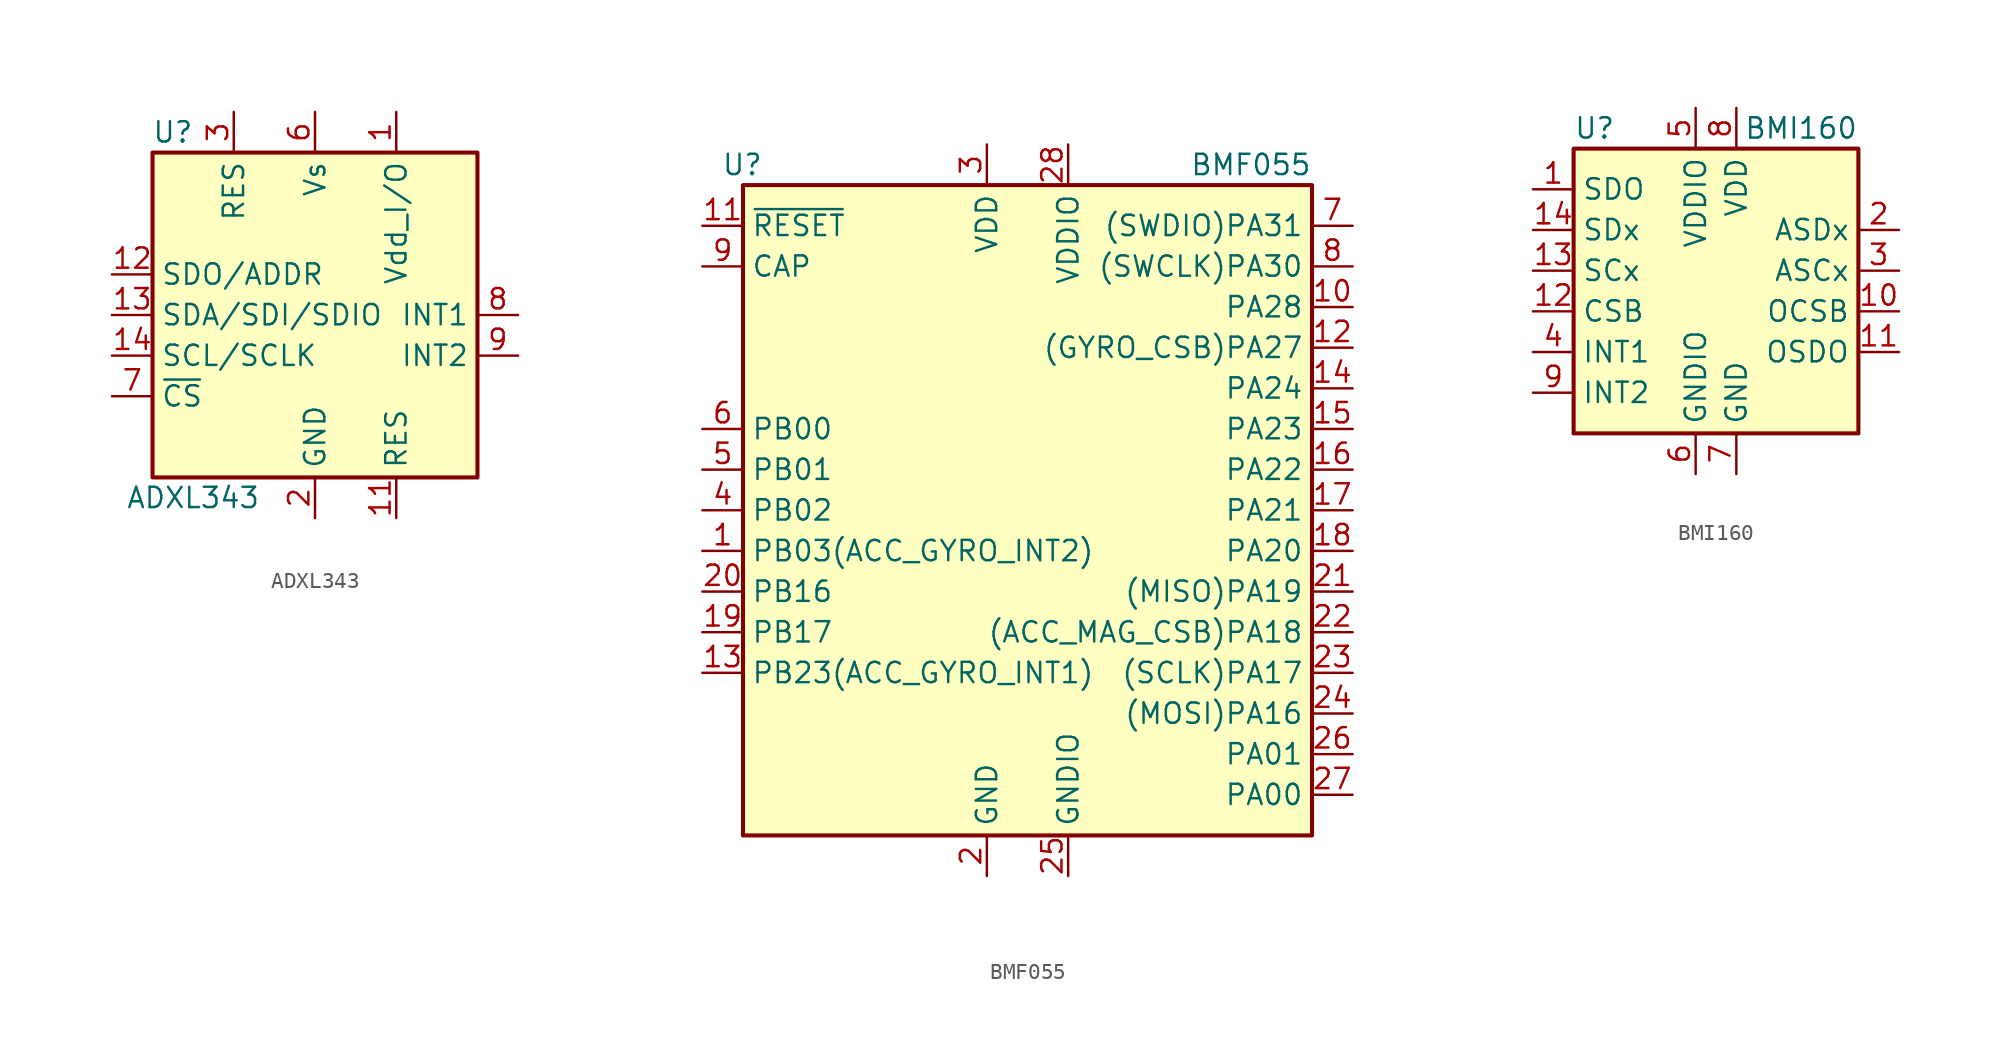
<source format=kicad_sym>
(kicad_symbol_lib
  (version 20201005)
  (generator kicad_symbol_editor)
  (symbol "Sensor_Motion:ADXL343"
    (property "Reference" "U"
      (at -8.89 11.43 0)
      (effects (font (size 1.27 1.27))))
    (property "Value" "ADXL343"
      (at -7.62 -11.43 0)
      (effects (font (size 1.27 1.27))))
    (symbol "ADXL343_0_1"
      (rectangle (start -10.16 10.16) (end 10.16 -10.16) (stroke (width 0.254)) (fill (type background))))
    (symbol "ADXL343_1_1"
      (pin power_in line (at 5.08 12.7 270) (length 2.54) (name "Vdd_I/O" (effects (font (size 1.27 1.27)))) (number "1" (effects (font (size 1.27 1.27)))))
      (pin no_connect line (at -5.08 -10.16 90) (length 2.54) hide (name "NC" (effects (font (size 1.27 1.27)))) (number "10" (effects (font (size 1.27 1.27)))))
      (pin passive line (at 5.08 -12.7 90) (length 2.54) (name "RES" (effects (font (size 1.27 1.27)))) (number "11" (effects (font (size 1.27 1.27)))))
      (pin bidirectional line (at -12.7 2.54 0) (length 2.54) (name "SDO/ADDR" (effects (font (size 1.27 1.27)))) (number "12" (effects (font (size 1.27 1.27)))))
      (pin bidirectional line (at -12.7 0 0) (length 2.54) (name "SDA/SDI/SDIO" (effects (font (size 1.27 1.27)))) (number "13" (effects (font (size 1.27 1.27)))))
      (pin input line (at -12.7 -2.54 0) (length 2.54) (name "SCL/SCLK" (effects (font (size 1.27 1.27)))) (number "14" (effects (font (size 1.27 1.27)))))
      (pin power_in line (at 0 -12.7 90) (length 2.54) (name "GND" (effects (font (size 1.27 1.27)))) (number "2" (effects (font (size 1.27 1.27)))))
      (pin passive line (at -5.08 12.7 270) (length 2.54) (name "RES" (effects (font (size 1.27 1.27)))) (number "3" (effects (font (size 1.27 1.27)))))
      (pin passive line (at 0 -12.7 90) (length 2.54) hide (name "GND" (effects (font (size 1.27 1.27)))) (number "4" (effects (font (size 1.27 1.27)))))
      (pin passive line (at 0 -12.7 90) (length 2.54) hide (name "GND" (effects (font (size 1.27 1.27)))) (number "5" (effects (font (size 1.27 1.27)))))
      (pin power_in line (at 0 12.7 270) (length 2.54) (name "Vs" (effects (font (size 1.27 1.27)))) (number "6" (effects (font (size 1.27 1.27)))))
      (pin input line (at -12.7 -5.08 0) (length 2.54) (name "~CS" (effects (font (size 1.27 1.27)))) (number "7" (effects (font (size 1.27 1.27)))))
      (pin output line (at 12.7 0 180) (length 2.54) (name "INT1" (effects (font (size 1.27 1.27)))) (number "8" (effects (font (size 1.27 1.27)))))
      (pin output line (at 12.7 -2.54 180) (length 2.54) (name "INT2" (effects (font (size 1.27 1.27)))) (number "9" (effects (font (size 1.27 1.27)))))))
  (symbol "Sensor_Motion:BMF055"
    (property "Reference" "U"
      (at -16.51 21.59 0)
      (effects (font (size 1.27 1.27)) (justify right)))
    (property "Value" "BMF055"
      (at 17.78 21.59 0)
      (effects (font (size 1.27 1.27)) (justify right)))
    (symbol "BMF055_0_1"
      (rectangle (start -17.78 20.32) (end 17.78 -20.32) (stroke (width 0.254)) (fill (type background))))
    (symbol "BMF055_1_1"
      (pin bidirectional line (at -20.32 -2.54 0) (length 2.54) (name "PB03(ACC_GYRO_INT2)" (effects (font (size 1.27 1.27)))) (number "1" (effects (font (size 1.27 1.27)))))
      (pin bidirectional line (at 20.32 12.7 180) (length 2.54) (name "PA28" (effects (font (size 1.27 1.27)))) (number "10" (effects (font (size 1.27 1.27)))))
      (pin input line (at -20.32 17.78 0) (length 2.54) (name "~RESET" (effects (font (size 1.27 1.27)))) (number "11" (effects (font (size 1.27 1.27)))))
      (pin bidirectional line (at 20.32 10.16 180) (length 2.54) (name "(GYRO_CSB)PA27" (effects (font (size 1.27 1.27)))) (number "12" (effects (font (size 1.27 1.27)))))
      (pin bidirectional line (at -20.32 -10.16 0) (length 2.54) (name "PB23(ACC_GYRO_INT1)" (effects (font (size 1.27 1.27)))) (number "13" (effects (font (size 1.27 1.27)))))
      (pin input line (at 20.32 7.62 180) (length 2.54) (name "PA24" (effects (font (size 1.27 1.27)))) (number "14" (effects (font (size 1.27 1.27)))))
      (pin bidirectional line (at 20.32 5.08 180) (length 2.54) (name "PA23" (effects (font (size 1.27 1.27)))) (number "15" (effects (font (size 1.27 1.27)))))
      (pin bidirectional line (at 20.32 2.54 180) (length 2.54) (name "PA22" (effects (font (size 1.27 1.27)))) (number "16" (effects (font (size 1.27 1.27)))))
      (pin bidirectional line (at 20.32 0 180) (length 2.54) (name "PA21" (effects (font (size 1.27 1.27)))) (number "17" (effects (font (size 1.27 1.27)))))
      (pin bidirectional line (at 20.32 -2.54 180) (length 2.54) (name "PA20" (effects (font (size 1.27 1.27)))) (number "18" (effects (font (size 1.27 1.27)))))
      (pin bidirectional line (at -20.32 -7.62 0) (length 2.54) (name "PB17" (effects (font (size 1.27 1.27)))) (number "19" (effects (font (size 1.27 1.27)))))
      (pin power_in line (at -2.54 -22.86 90) (length 2.54) (name "GND" (effects (font (size 1.27 1.27)))) (number "2" (effects (font (size 1.27 1.27)))))
      (pin bidirectional line (at -20.32 -5.08 0) (length 2.54) (name "PB16" (effects (font (size 1.27 1.27)))) (number "20" (effects (font (size 1.27 1.27)))))
      (pin bidirectional line (at 20.32 -5.08 180) (length 2.54) (name "(MISO)PA19" (effects (font (size 1.27 1.27)))) (number "21" (effects (font (size 1.27 1.27)))))
      (pin bidirectional line (at 20.32 -7.62 180) (length 2.54) (name "(ACC_MAG_CSB)PA18" (effects (font (size 1.27 1.27)))) (number "22" (effects (font (size 1.27 1.27)))))
      (pin bidirectional line (at 20.32 -10.16 180) (length 2.54) (name "(SCLK)PA17" (effects (font (size 1.27 1.27)))) (number "23" (effects (font (size 1.27 1.27)))))
      (pin bidirectional line (at 20.32 -12.7 180) (length 2.54) (name "(MOSI)PA16" (effects (font (size 1.27 1.27)))) (number "24" (effects (font (size 1.27 1.27)))))
      (pin power_in line (at 2.54 -22.86 90) (length 2.54) (name "GNDIO" (effects (font (size 1.27 1.27)))) (number "25" (effects (font (size 1.27 1.27)))))
      (pin bidirectional line (at 20.32 -15.24 180) (length 2.54) (name "PA01" (effects (font (size 1.27 1.27)))) (number "26" (effects (font (size 1.27 1.27)))))
      (pin bidirectional line (at 20.32 -17.78 180) (length 2.54) (name "PA00" (effects (font (size 1.27 1.27)))) (number "27" (effects (font (size 1.27 1.27)))))
      (pin power_in line (at 2.54 22.86 270) (length 2.54) (name "VDDIO" (effects (font (size 1.27 1.27)))) (number "28" (effects (font (size 1.27 1.27)))))
      (pin power_in line (at -2.54 22.86 270) (length 2.54) (name "VDD" (effects (font (size 1.27 1.27)))) (number "3" (effects (font (size 1.27 1.27)))))
      (pin bidirectional line (at -20.32 0 0) (length 2.54) (name "PB02" (effects (font (size 1.27 1.27)))) (number "4" (effects (font (size 1.27 1.27)))))
      (pin bidirectional line (at -20.32 2.54 0) (length 2.54) (name "PB01" (effects (font (size 1.27 1.27)))) (number "5" (effects (font (size 1.27 1.27)))))
      (pin bidirectional line (at -20.32 5.08 0) (length 2.54) (name "PB00" (effects (font (size 1.27 1.27)))) (number "6" (effects (font (size 1.27 1.27)))))
      (pin bidirectional line (at 20.32 17.78 180) (length 2.54) (name "(SWDIO)PA31" (effects (font (size 1.27 1.27)))) (number "7" (effects (font (size 1.27 1.27)))))
      (pin bidirectional line (at 20.32 15.24 180) (length 2.54) (name "(SWCLK)PA30" (effects (font (size 1.27 1.27)))) (number "8" (effects (font (size 1.27 1.27)))))
      (pin bidirectional line (at -20.32 15.24 0) (length 2.54) (name "CAP" (effects (font (size 1.27 1.27)))) (number "9" (effects (font (size 1.27 1.27)))))))
  (symbol "Sensor_Motion:BMI160"
    (property "Reference" "U"
      (at -10.16 8.89 0)
      (effects (font (size 1.27 1.27)) (justify left)))
    (property "Value" "BMI160"
      (at 7.62 8.89 0)
      (effects (font (size 1.27 1.27)) (justify right)))
    (symbol "BMI160_1_1"
      (rectangle (start -10.16 7.62) (end 7.62 -10.16) (stroke (width 0.254)) (fill (type background)))
      (pin bidirectional line (at -12.7 5.08 0) (length 2.54) (name "SDO" (effects (font (size 1.27 1.27)))) (number "1" (effects (font (size 1.27 1.27)))))
      (pin bidirectional line (at 10.16 -2.54 180) (length 2.54) (name "OCSB" (effects (font (size 1.27 1.27)))) (number "10" (effects (font (size 1.27 1.27)))))
      (pin bidirectional line (at 10.16 -5.08 180) (length 2.54) (name "OSDO" (effects (font (size 1.27 1.27)))) (number "11" (effects (font (size 1.27 1.27)))))
      (pin input line (at -12.7 -2.54 0) (length 2.54) (name "CSB" (effects (font (size 1.27 1.27)))) (number "12" (effects (font (size 1.27 1.27)))))
      (pin input line (at -12.7 0 0) (length 2.54) (name "SCx" (effects (font (size 1.27 1.27)))) (number "13" (effects (font (size 1.27 1.27)))))
      (pin bidirectional line (at -12.7 2.54 0) (length 2.54) (name "SDx" (effects (font (size 1.27 1.27)))) (number "14" (effects (font (size 1.27 1.27)))))
      (pin bidirectional line (at 10.16 2.54 180) (length 2.54) (name "ASDx" (effects (font (size 1.27 1.27)))) (number "2" (effects (font (size 1.27 1.27)))))
      (pin output line (at 10.16 0 180) (length 2.54) (name "ASCx" (effects (font (size 1.27 1.27)))) (number "3" (effects (font (size 1.27 1.27)))))
      (pin bidirectional line (at -12.7 -5.08 0) (length 2.54) (name "INT1" (effects (font (size 1.27 1.27)))) (number "4" (effects (font (size 1.27 1.27)))))
      (pin power_in line (at -2.54 10.16 270) (length 2.54) (name "VDDIO" (effects (font (size 1.27 1.27)))) (number "5" (effects (font (size 1.27 1.27)))))
      (pin power_in line (at -2.54 -12.7 90) (length 2.54) (name "GNDIO" (effects (font (size 1.27 1.27)))) (number "6" (effects (font (size 1.27 1.27)))))
      (pin power_in line (at 0 -12.7 90) (length 2.54) (name "GND" (effects (font (size 1.27 1.27)))) (number "7" (effects (font (size 1.27 1.27)))))
      (pin power_in line (at 0 10.16 270) (length 2.54) (name "VDD" (effects (font (size 1.27 1.27)))) (number "8" (effects (font (size 1.27 1.27)))))
      (pin bidirectional line (at -12.7 -7.62 0) (length 2.54) (name "INT2" (effects (font (size 1.27 1.27)))) (number "9" (effects (font (size 1.27 1.27))))))))
</source>
